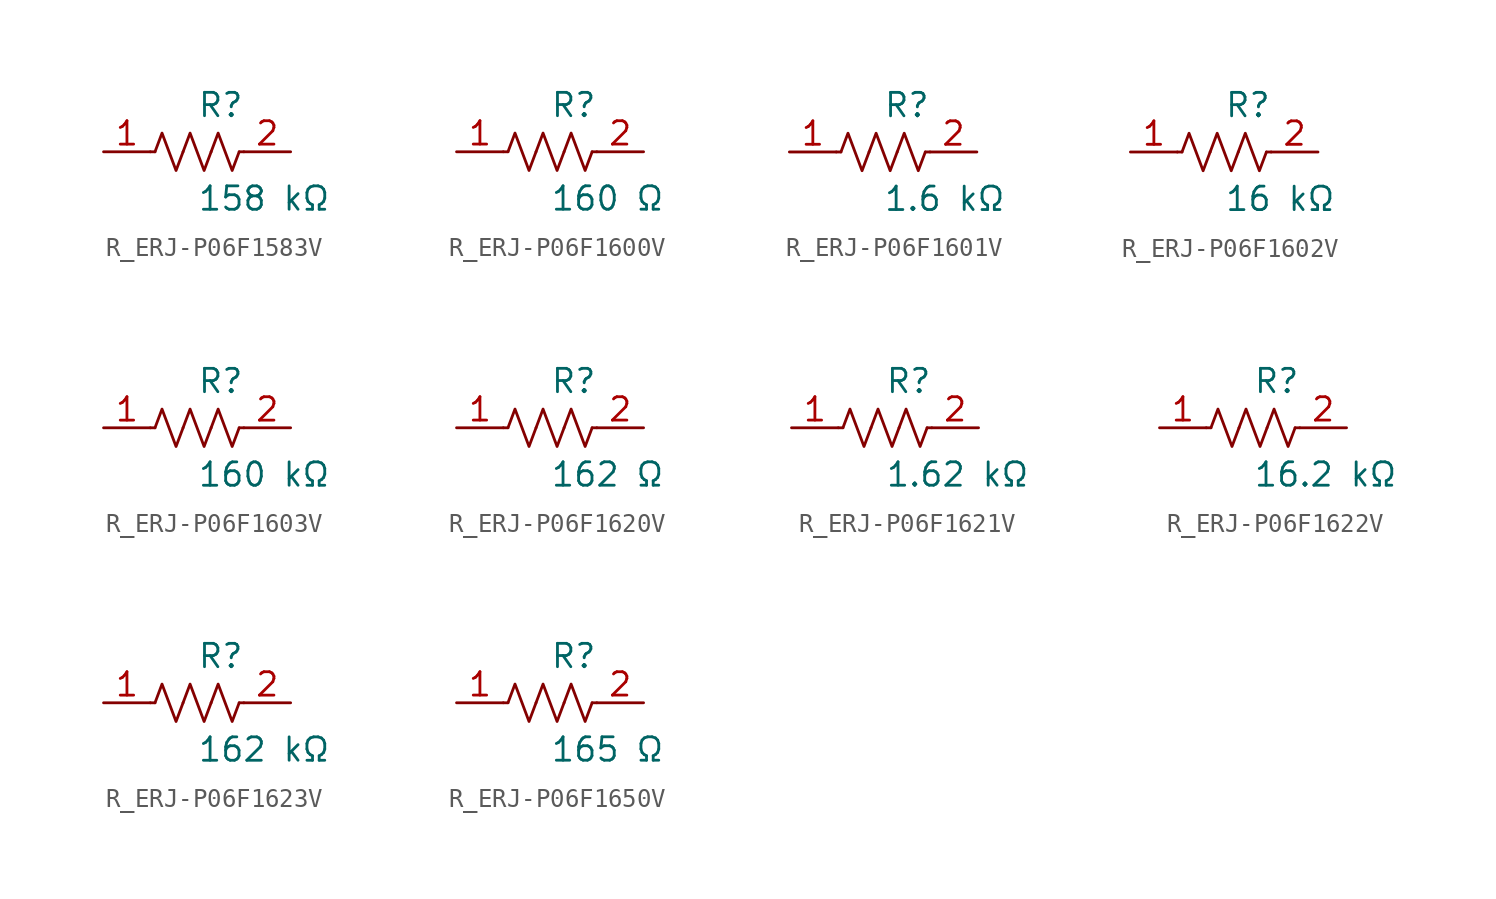
<source format=kicad_sym>
(kicad_symbol_lib
  (version 20231120)
  (generator kicad_symbol_editor)
  (generator_version 8.0)
  (symbol "R_ERJ-P06F1583V"
    (pin_names
      (offset 0.254))
    (property "Reference" "R"
      (at 0 2.54 0)
      (effects (font (size 1.27 1.27)) (justify left)))
    (property "Value" "158 kΩ"
      (at 0 -2.54 0)
      (effects (font (size 1.27 1.27)) (justify left)))
    (symbol "R_ERJ-P06F1583V_0_1"
      (polyline (pts (xy 2.286 0) (xy 2.54 0)) (stroke (width 0) (type default)) (fill (type none)))
      (polyline (pts (xy -2.286 0) (xy -2.54 0)) (stroke (width 0) (type default)) (fill (type none)))
      (polyline (pts (xy 0.762 0) (xy 1.143 1.016) (xy 1.524 0) (xy 1.905 -1.016) (xy 2.286 0)) (stroke (width 0) (type default)) (fill (type none)))
      (polyline (pts (xy -0.762 0) (xy -0.381 1.016) (xy 0 0) (xy 0.381 -1.016) (xy 0.762 0)) (stroke (width 0) (type default)) (fill (type none)))
      (polyline (pts (xy -2.286 0) (xy -1.905 1.016) (xy -1.524 0) (xy -1.143 -1.016) (xy -0.762 0)) (stroke (width 0) (type default)) (fill (type none))))
    (pin passive line
      (at -5.08 0 0)
      (length 2.54)
      (name "" (effects (font (size 1.27 1.27))))
      (number "1" (effects (font (size 1.27 1.27)))))
    (pin passive line
      (at 5.08 0 180)
      (length 2.54)
      (name "" (effects (font (size 1.27 1.27))))
      (number "2" (effects (font (size 1.27 1.27))))))
  (symbol "R_ERJ-P06F1600V"
    (pin_names
      (offset 0.254))
    (property "Reference" "R"
      (at 0 2.54 0)
      (effects (font (size 1.27 1.27)) (justify left)))
    (property "Value" "160 Ω"
      (at 0 -2.54 0)
      (effects (font (size 1.27 1.27)) (justify left)))
    (symbol "R_ERJ-P06F1600V_0_1"
      (polyline (pts (xy 2.286 0) (xy 2.54 0)) (stroke (width 0) (type default)) (fill (type none)))
      (polyline (pts (xy -2.286 0) (xy -2.54 0)) (stroke (width 0) (type default)) (fill (type none)))
      (polyline (pts (xy 0.762 0) (xy 1.143 1.016) (xy 1.524 0) (xy 1.905 -1.016) (xy 2.286 0)) (stroke (width 0) (type default)) (fill (type none)))
      (polyline (pts (xy -0.762 0) (xy -0.381 1.016) (xy 0 0) (xy 0.381 -1.016) (xy 0.762 0)) (stroke (width 0) (type default)) (fill (type none)))
      (polyline (pts (xy -2.286 0) (xy -1.905 1.016) (xy -1.524 0) (xy -1.143 -1.016) (xy -0.762 0)) (stroke (width 0) (type default)) (fill (type none))))
    (pin passive line
      (at -5.08 0 0)
      (length 2.54)
      (name "" (effects (font (size 1.27 1.27))))
      (number "1" (effects (font (size 1.27 1.27)))))
    (pin passive line
      (at 5.08 0 180)
      (length 2.54)
      (name "" (effects (font (size 1.27 1.27))))
      (number "2" (effects (font (size 1.27 1.27))))))
  (symbol "R_ERJ-P06F1601V"
    (pin_names
      (offset 0.254))
    (property "Reference" "R"
      (at 0 2.54 0)
      (effects (font (size 1.27 1.27)) (justify left)))
    (property "Value" "1.6 kΩ"
      (at 0 -2.54 0)
      (effects (font (size 1.27 1.27)) (justify left)))
    (symbol "R_ERJ-P06F1601V_0_1"
      (polyline (pts (xy 2.286 0) (xy 2.54 0)) (stroke (width 0) (type default)) (fill (type none)))
      (polyline (pts (xy -2.286 0) (xy -2.54 0)) (stroke (width 0) (type default)) (fill (type none)))
      (polyline (pts (xy 0.762 0) (xy 1.143 1.016) (xy 1.524 0) (xy 1.905 -1.016) (xy 2.286 0)) (stroke (width 0) (type default)) (fill (type none)))
      (polyline (pts (xy -0.762 0) (xy -0.381 1.016) (xy 0 0) (xy 0.381 -1.016) (xy 0.762 0)) (stroke (width 0) (type default)) (fill (type none)))
      (polyline (pts (xy -2.286 0) (xy -1.905 1.016) (xy -1.524 0) (xy -1.143 -1.016) (xy -0.762 0)) (stroke (width 0) (type default)) (fill (type none))))
    (pin passive line
      (at -5.08 0 0)
      (length 2.54)
      (name "" (effects (font (size 1.27 1.27))))
      (number "1" (effects (font (size 1.27 1.27)))))
    (pin passive line
      (at 5.08 0 180)
      (length 2.54)
      (name "" (effects (font (size 1.27 1.27))))
      (number "2" (effects (font (size 1.27 1.27))))))
  (symbol "R_ERJ-P06F1602V"
    (pin_names
      (offset 0.254))
    (property "Reference" "R"
      (at 0 2.54 0)
      (effects (font (size 1.27 1.27)) (justify left)))
    (property "Value" "16 kΩ"
      (at 0 -2.54 0)
      (effects (font (size 1.27 1.27)) (justify left)))
    (symbol "R_ERJ-P06F1602V_0_1"
      (polyline (pts (xy 2.286 0) (xy 2.54 0)) (stroke (width 0) (type default)) (fill (type none)))
      (polyline (pts (xy -2.286 0) (xy -2.54 0)) (stroke (width 0) (type default)) (fill (type none)))
      (polyline (pts (xy 0.762 0) (xy 1.143 1.016) (xy 1.524 0) (xy 1.905 -1.016) (xy 2.286 0)) (stroke (width 0) (type default)) (fill (type none)))
      (polyline (pts (xy -0.762 0) (xy -0.381 1.016) (xy 0 0) (xy 0.381 -1.016) (xy 0.762 0)) (stroke (width 0) (type default)) (fill (type none)))
      (polyline (pts (xy -2.286 0) (xy -1.905 1.016) (xy -1.524 0) (xy -1.143 -1.016) (xy -0.762 0)) (stroke (width 0) (type default)) (fill (type none))))
    (pin passive line
      (at -5.08 0 0)
      (length 2.54)
      (name "" (effects (font (size 1.27 1.27))))
      (number "1" (effects (font (size 1.27 1.27)))))
    (pin passive line
      (at 5.08 0 180)
      (length 2.54)
      (name "" (effects (font (size 1.27 1.27))))
      (number "2" (effects (font (size 1.27 1.27))))))
  (symbol "R_ERJ-P06F1603V"
    (pin_names
      (offset 0.254))
    (property "Reference" "R"
      (at 0 2.54 0)
      (effects (font (size 1.27 1.27)) (justify left)))
    (property "Value" "160 kΩ"
      (at 0 -2.54 0)
      (effects (font (size 1.27 1.27)) (justify left)))
    (symbol "R_ERJ-P06F1603V_0_1"
      (polyline (pts (xy 2.286 0) (xy 2.54 0)) (stroke (width 0) (type default)) (fill (type none)))
      (polyline (pts (xy -2.286 0) (xy -2.54 0)) (stroke (width 0) (type default)) (fill (type none)))
      (polyline (pts (xy 0.762 0) (xy 1.143 1.016) (xy 1.524 0) (xy 1.905 -1.016) (xy 2.286 0)) (stroke (width 0) (type default)) (fill (type none)))
      (polyline (pts (xy -0.762 0) (xy -0.381 1.016) (xy 0 0) (xy 0.381 -1.016) (xy 0.762 0)) (stroke (width 0) (type default)) (fill (type none)))
      (polyline (pts (xy -2.286 0) (xy -1.905 1.016) (xy -1.524 0) (xy -1.143 -1.016) (xy -0.762 0)) (stroke (width 0) (type default)) (fill (type none))))
    (pin passive line
      (at -5.08 0 0)
      (length 2.54)
      (name "" (effects (font (size 1.27 1.27))))
      (number "1" (effects (font (size 1.27 1.27)))))
    (pin passive line
      (at 5.08 0 180)
      (length 2.54)
      (name "" (effects (font (size 1.27 1.27))))
      (number "2" (effects (font (size 1.27 1.27))))))
  (symbol "R_ERJ-P06F1620V"
    (pin_names
      (offset 0.254))
    (property "Reference" "R"
      (at 0 2.54 0)
      (effects (font (size 1.27 1.27)) (justify left)))
    (property "Value" "162 Ω"
      (at 0 -2.54 0)
      (effects (font (size 1.27 1.27)) (justify left)))
    (symbol "R_ERJ-P06F1620V_0_1"
      (polyline (pts (xy 2.286 0) (xy 2.54 0)) (stroke (width 0) (type default)) (fill (type none)))
      (polyline (pts (xy -2.286 0) (xy -2.54 0)) (stroke (width 0) (type default)) (fill (type none)))
      (polyline (pts (xy 0.762 0) (xy 1.143 1.016) (xy 1.524 0) (xy 1.905 -1.016) (xy 2.286 0)) (stroke (width 0) (type default)) (fill (type none)))
      (polyline (pts (xy -0.762 0) (xy -0.381 1.016) (xy 0 0) (xy 0.381 -1.016) (xy 0.762 0)) (stroke (width 0) (type default)) (fill (type none)))
      (polyline (pts (xy -2.286 0) (xy -1.905 1.016) (xy -1.524 0) (xy -1.143 -1.016) (xy -0.762 0)) (stroke (width 0) (type default)) (fill (type none))))
    (pin passive line
      (at -5.08 0 0)
      (length 2.54)
      (name "" (effects (font (size 1.27 1.27))))
      (number "1" (effects (font (size 1.27 1.27)))))
    (pin passive line
      (at 5.08 0 180)
      (length 2.54)
      (name "" (effects (font (size 1.27 1.27))))
      (number "2" (effects (font (size 1.27 1.27))))))
  (symbol "R_ERJ-P06F1621V"
    (pin_names
      (offset 0.254))
    (property "Reference" "R"
      (at 0 2.54 0)
      (effects (font (size 1.27 1.27)) (justify left)))
    (property "Value" "1.62 kΩ"
      (at 0 -2.54 0)
      (effects (font (size 1.27 1.27)) (justify left)))
    (symbol "R_ERJ-P06F1621V_0_1"
      (polyline (pts (xy 2.286 0) (xy 2.54 0)) (stroke (width 0) (type default)) (fill (type none)))
      (polyline (pts (xy -2.286 0) (xy -2.54 0)) (stroke (width 0) (type default)) (fill (type none)))
      (polyline (pts (xy 0.762 0) (xy 1.143 1.016) (xy 1.524 0) (xy 1.905 -1.016) (xy 2.286 0)) (stroke (width 0) (type default)) (fill (type none)))
      (polyline (pts (xy -0.762 0) (xy -0.381 1.016) (xy 0 0) (xy 0.381 -1.016) (xy 0.762 0)) (stroke (width 0) (type default)) (fill (type none)))
      (polyline (pts (xy -2.286 0) (xy -1.905 1.016) (xy -1.524 0) (xy -1.143 -1.016) (xy -0.762 0)) (stroke (width 0) (type default)) (fill (type none))))
    (pin passive line
      (at -5.08 0 0)
      (length 2.54)
      (name "" (effects (font (size 1.27 1.27))))
      (number "1" (effects (font (size 1.27 1.27)))))
    (pin passive line
      (at 5.08 0 180)
      (length 2.54)
      (name "" (effects (font (size 1.27 1.27))))
      (number "2" (effects (font (size 1.27 1.27))))))
  (symbol "R_ERJ-P06F1622V"
    (pin_names
      (offset 0.254))
    (property "Reference" "R"
      (at 0 2.54 0)
      (effects (font (size 1.27 1.27)) (justify left)))
    (property "Value" "16.2 kΩ"
      (at 0 -2.54 0)
      (effects (font (size 1.27 1.27)) (justify left)))
    (symbol "R_ERJ-P06F1622V_0_1"
      (polyline (pts (xy 2.286 0) (xy 2.54 0)) (stroke (width 0) (type default)) (fill (type none)))
      (polyline (pts (xy -2.286 0) (xy -2.54 0)) (stroke (width 0) (type default)) (fill (type none)))
      (polyline (pts (xy 0.762 0) (xy 1.143 1.016) (xy 1.524 0) (xy 1.905 -1.016) (xy 2.286 0)) (stroke (width 0) (type default)) (fill (type none)))
      (polyline (pts (xy -0.762 0) (xy -0.381 1.016) (xy 0 0) (xy 0.381 -1.016) (xy 0.762 0)) (stroke (width 0) (type default)) (fill (type none)))
      (polyline (pts (xy -2.286 0) (xy -1.905 1.016) (xy -1.524 0) (xy -1.143 -1.016) (xy -0.762 0)) (stroke (width 0) (type default)) (fill (type none))))
    (pin passive line
      (at -5.08 0 0)
      (length 2.54)
      (name "" (effects (font (size 1.27 1.27))))
      (number "1" (effects (font (size 1.27 1.27)))))
    (pin passive line
      (at 5.08 0 180)
      (length 2.54)
      (name "" (effects (font (size 1.27 1.27))))
      (number "2" (effects (font (size 1.27 1.27))))))
  (symbol "R_ERJ-P06F1623V"
    (pin_names
      (offset 0.254))
    (property "Reference" "R"
      (at 0 2.54 0)
      (effects (font (size 1.27 1.27)) (justify left)))
    (property "Value" "162 kΩ"
      (at 0 -2.54 0)
      (effects (font (size 1.27 1.27)) (justify left)))
    (symbol "R_ERJ-P06F1623V_0_1"
      (polyline (pts (xy 2.286 0) (xy 2.54 0)) (stroke (width 0) (type default)) (fill (type none)))
      (polyline (pts (xy -2.286 0) (xy -2.54 0)) (stroke (width 0) (type default)) (fill (type none)))
      (polyline (pts (xy 0.762 0) (xy 1.143 1.016) (xy 1.524 0) (xy 1.905 -1.016) (xy 2.286 0)) (stroke (width 0) (type default)) (fill (type none)))
      (polyline (pts (xy -0.762 0) (xy -0.381 1.016) (xy 0 0) (xy 0.381 -1.016) (xy 0.762 0)) (stroke (width 0) (type default)) (fill (type none)))
      (polyline (pts (xy -2.286 0) (xy -1.905 1.016) (xy -1.524 0) (xy -1.143 -1.016) (xy -0.762 0)) (stroke (width 0) (type default)) (fill (type none))))
    (pin passive line
      (at -5.08 0 0)
      (length 2.54)
      (name "" (effects (font (size 1.27 1.27))))
      (number "1" (effects (font (size 1.27 1.27)))))
    (pin passive line
      (at 5.08 0 180)
      (length 2.54)
      (name "" (effects (font (size 1.27 1.27))))
      (number "2" (effects (font (size 1.27 1.27))))))
  (symbol "R_ERJ-P06F1650V"
    (pin_names
      (offset 0.254))
    (property "Reference" "R"
      (at 0 2.54 0)
      (effects (font (size 1.27 1.27)) (justify left)))
    (property "Value" "165 Ω"
      (at 0 -2.54 0)
      (effects (font (size 1.27 1.27)) (justify left)))
    (symbol "R_ERJ-P06F1650V_0_1"
      (polyline (pts (xy 2.286 0) (xy 2.54 0)) (stroke (width 0) (type default)) (fill (type none)))
      (polyline (pts (xy -2.286 0) (xy -2.54 0)) (stroke (width 0) (type default)) (fill (type none)))
      (polyline (pts (xy 0.762 0) (xy 1.143 1.016) (xy 1.524 0) (xy 1.905 -1.016) (xy 2.286 0)) (stroke (width 0) (type default)) (fill (type none)))
      (polyline (pts (xy -0.762 0) (xy -0.381 1.016) (xy 0 0) (xy 0.381 -1.016) (xy 0.762 0)) (stroke (width 0) (type default)) (fill (type none)))
      (polyline (pts (xy -2.286 0) (xy -1.905 1.016) (xy -1.524 0) (xy -1.143 -1.016) (xy -0.762 0)) (stroke (width 0) (type default)) (fill (type none))))
    (pin passive line
      (at -5.08 0 0)
      (length 2.54)
      (name "" (effects (font (size 1.27 1.27))))
      (number "1" (effects (font (size 1.27 1.27)))))
    (pin passive line
      (at 5.08 0 180)
      (length 2.54)
      (name "" (effects (font (size 1.27 1.27))))
      (number "2" (effects (font (size 1.27 1.27)))))))
</source>
